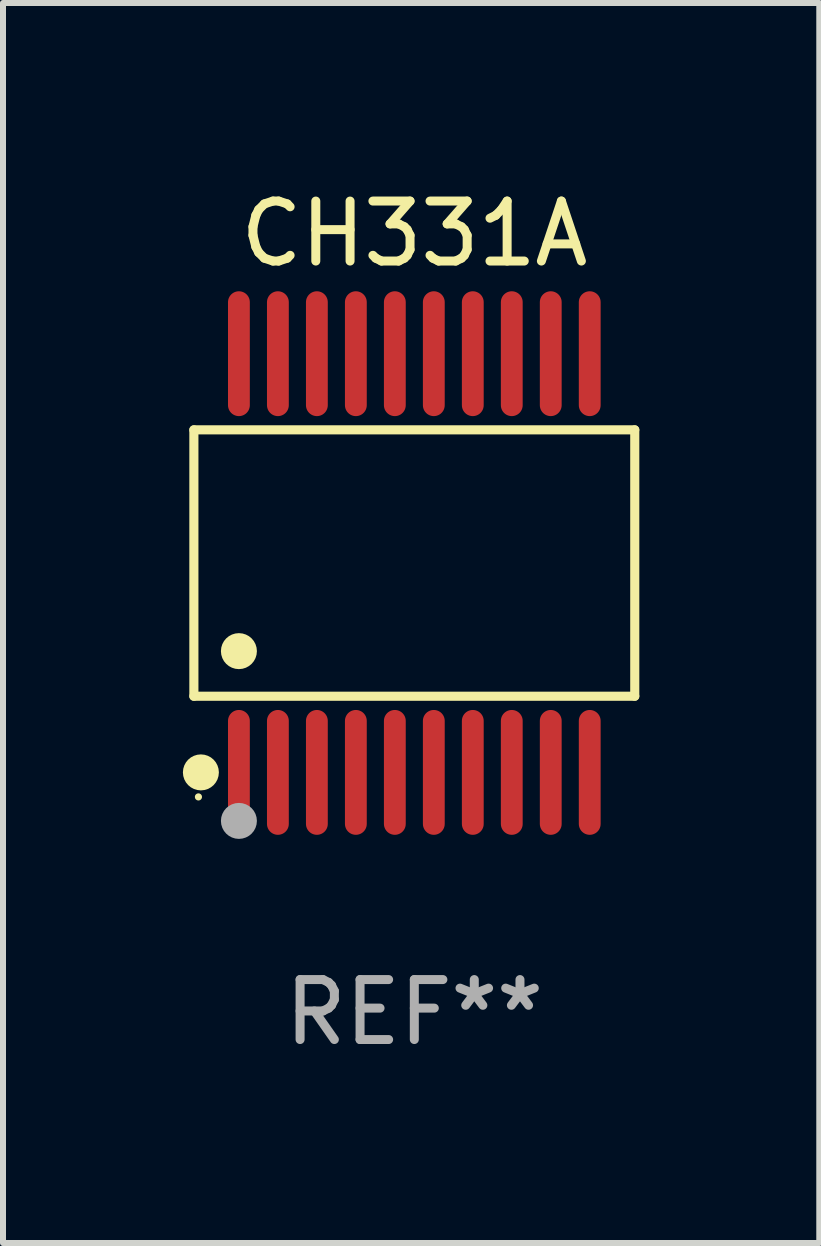
<source format=kicad_pcb>
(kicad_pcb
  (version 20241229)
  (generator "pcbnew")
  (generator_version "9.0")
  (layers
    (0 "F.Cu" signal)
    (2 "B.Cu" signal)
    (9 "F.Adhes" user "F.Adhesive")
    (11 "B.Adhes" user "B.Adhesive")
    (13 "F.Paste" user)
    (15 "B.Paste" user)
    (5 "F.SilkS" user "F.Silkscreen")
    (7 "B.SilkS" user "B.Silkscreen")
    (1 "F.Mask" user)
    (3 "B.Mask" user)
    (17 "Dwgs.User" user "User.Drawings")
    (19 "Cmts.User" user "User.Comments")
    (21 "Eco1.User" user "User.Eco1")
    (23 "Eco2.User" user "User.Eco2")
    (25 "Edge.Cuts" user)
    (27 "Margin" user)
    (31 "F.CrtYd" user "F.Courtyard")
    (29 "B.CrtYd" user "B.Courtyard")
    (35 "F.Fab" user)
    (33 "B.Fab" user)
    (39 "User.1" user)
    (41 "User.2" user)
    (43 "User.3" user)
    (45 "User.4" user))
  (footprint "CH331A"
    (layer "F.Cu")
    (at 3.859 6.339)
    (property "Reference" "CH331A" (at 0 -5.491 0) (layer "F.SilkS") (effects (font (size 1 1) (thickness 0.15))))
    (attr through_hole)
    (fp_line (start -3.676 -2.221) (end 3.676 -2.221) (stroke (width 0.152) (type solid)) (layer "F.SilkS"))
    (fp_line (start -3.676 2.221) (end -3.676 -2.221) (stroke (width 0.152) (type solid)) (layer "F.SilkS"))
    (fp_line (start 3.676 -2.221) (end 3.676 2.221) (stroke (width 0.152) (type solid)) (layer "F.SilkS"))
    (fp_line (start 3.676 2.221) (end -3.676 2.221) (stroke (width 0.152) (type solid)) (layer "F.SilkS"))
    (fp_circle (center -3.6 3.9) (end -3.57 3.9) (stroke (width 0.06) (type solid)) (fill no) (layer "F.SilkS"))
    (fp_circle (center -3.559 3.491) (end -3.409 3.491) (stroke (width 0.3) (type solid)) (fill no) (layer "F.SilkS"))
    (fp_circle (center -2.925 1.469) (end -2.775 1.469) (stroke (width 0.3) (type solid)) (fill no) (layer "F.SilkS"))
    (fp_circle (center -2.925 4.3) (end -2.775 4.3) (stroke (width 0.3) (type solid)) (fill no) (layer "F.Fab"))
    (fp_text user "REF**" (at 0 7.491 0) (layer "F.Fab") (effects (font (size 1 1) (thickness 0.15))))
    (pad "1" smd oval (at -2.925 3.491) (size 0.364 2.082) (layers "F.Cu" "F.Mask" "F.Paste"))
    (pad "2" smd oval (at -2.275 3.491) (size 0.364 2.082) (layers "F.Cu" "F.Mask" "F.Paste"))
    (pad "3" smd oval (at -1.625 3.491) (size 0.364 2.082) (layers "F.Cu" "F.Mask" "F.Paste"))
    (pad "4" smd oval (at -0.975 3.491) (size 0.364 2.082) (layers "F.Cu" "F.Mask" "F.Paste"))
    (pad "5" smd oval (at -0.325 3.491) (size 0.364 2.082) (layers "F.Cu" "F.Mask" "F.Paste"))
    (pad "6" smd oval (at 0.325 3.491) (size 0.364 2.082) (layers "F.Cu" "F.Mask" "F.Paste"))
    (pad "7" smd oval (at 0.975 3.491) (size 0.364 2.082) (layers "F.Cu" "F.Mask" "F.Paste"))
    (pad "8" smd oval (at 1.625 3.491) (size 0.364 2.082) (layers "F.Cu" "F.Mask" "F.Paste"))
    (pad "9" smd oval (at 2.275 3.491) (size 0.364 2.082) (layers "F.Cu" "F.Mask" "F.Paste"))
    (pad "10" smd oval (at 2.925 3.491) (size 0.364 2.082) (layers "F.Cu" "F.Mask" "F.Paste"))
    (pad "11" smd oval (at 2.925 -3.491) (size 0.364 2.082) (layers "F.Cu" "F.Mask" "F.Paste"))
    (pad "12" smd oval (at 2.275 -3.491) (size 0.364 2.082) (layers "F.Cu" "F.Mask" "F.Paste"))
    (pad "13" smd oval (at 1.625 -3.491) (size 0.364 2.082) (layers "F.Cu" "F.Mask" "F.Paste"))
    (pad "14" smd oval (at 0.975 -3.491) (size 0.364 2.082) (layers "F.Cu" "F.Mask" "F.Paste"))
    (pad "15" smd oval (at 0.325 -3.491) (size 0.364 2.082) (layers "F.Cu" "F.Mask" "F.Paste"))
    (pad "16" smd oval (at -0.325 -3.491) (size 0.364 2.082) (layers "F.Cu" "F.Mask" "F.Paste"))
    (pad "17" smd oval (at -0.975 -3.491) (size 0.364 2.082) (layers "F.Cu" "F.Mask" "F.Paste"))
    (pad "18" smd oval (at -1.625 -3.491) (size 0.364 2.082) (layers "F.Cu" "F.Mask" "F.Paste"))
    (pad "19" smd oval (at -2.275 -3.491) (size 0.364 2.082) (layers "F.Cu" "F.Mask" "F.Paste"))
    (pad "20" smd oval (at -2.925 -3.491) (size 0.364 2.082) (layers "F.Cu" "F.Mask" "F.Paste")))
  (gr_rect
    (start -3 -3)
    (end 10.612 17.678)
    (stroke (width 0.1) (type default))
    (fill no)
    (layer "Edge.Cuts")))
</source>
